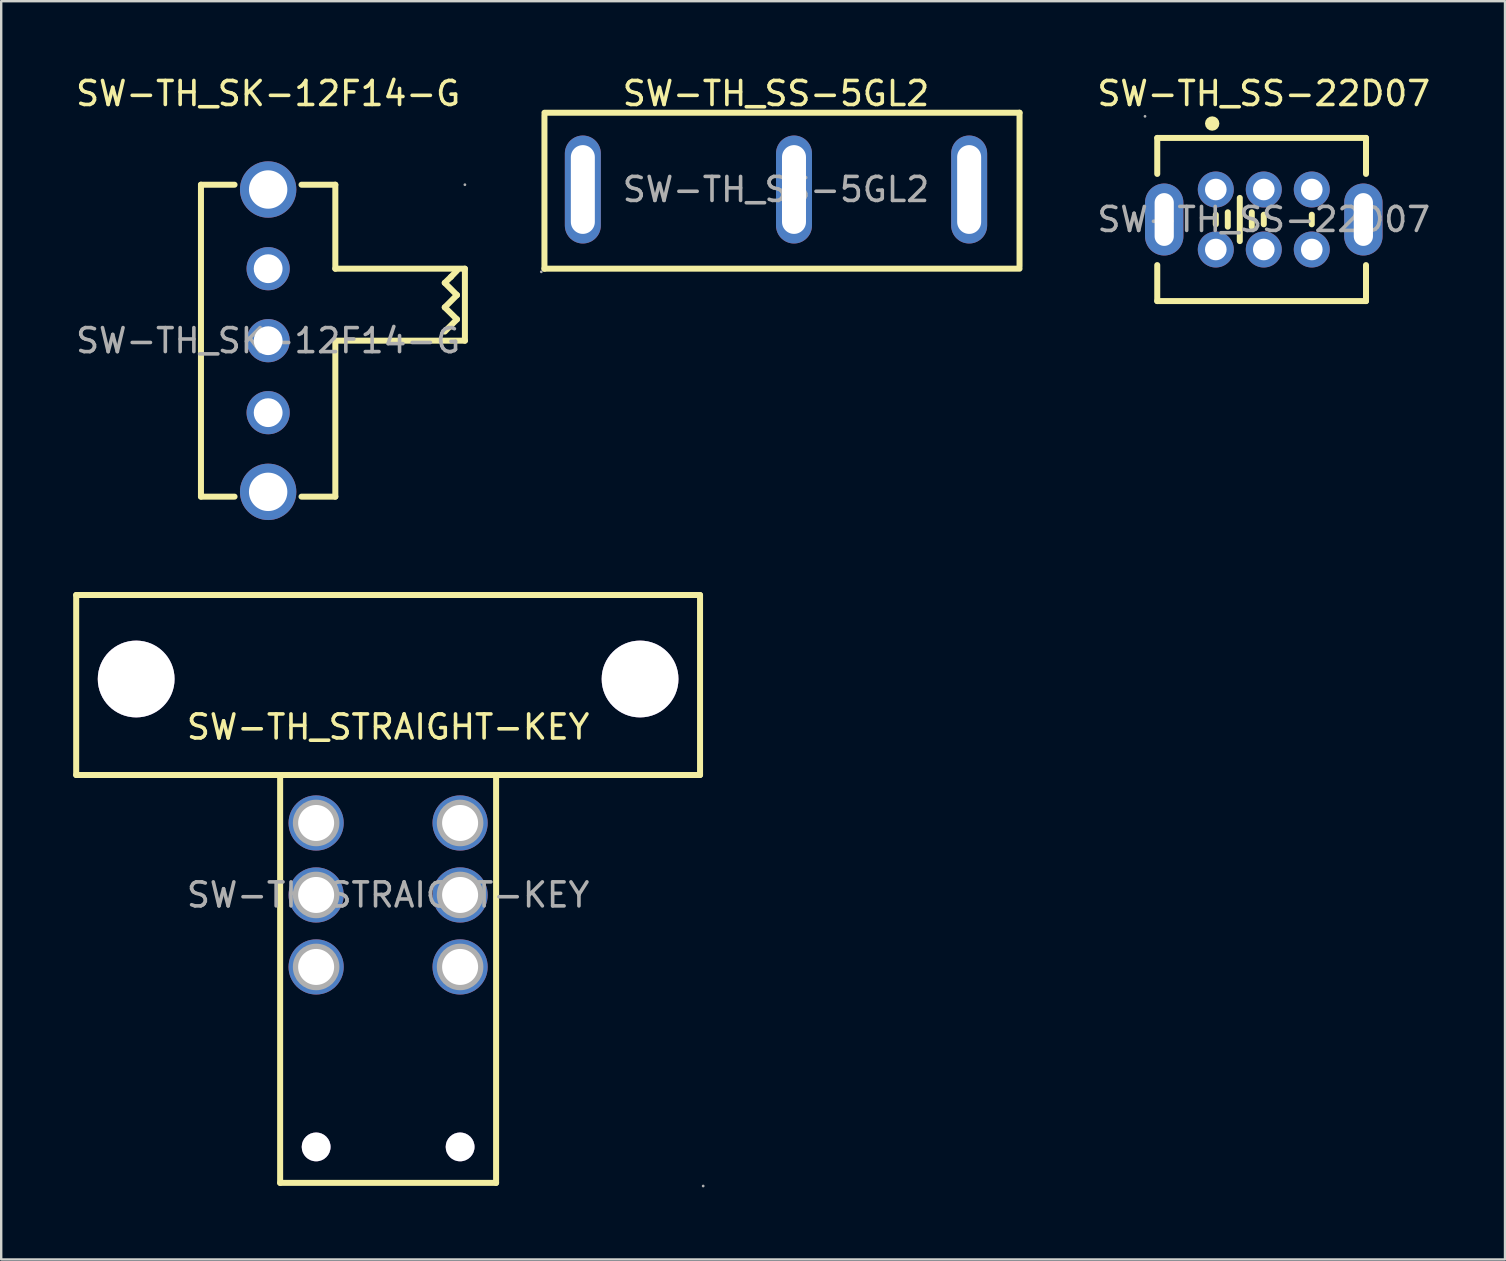
<source format=kicad_pcb>
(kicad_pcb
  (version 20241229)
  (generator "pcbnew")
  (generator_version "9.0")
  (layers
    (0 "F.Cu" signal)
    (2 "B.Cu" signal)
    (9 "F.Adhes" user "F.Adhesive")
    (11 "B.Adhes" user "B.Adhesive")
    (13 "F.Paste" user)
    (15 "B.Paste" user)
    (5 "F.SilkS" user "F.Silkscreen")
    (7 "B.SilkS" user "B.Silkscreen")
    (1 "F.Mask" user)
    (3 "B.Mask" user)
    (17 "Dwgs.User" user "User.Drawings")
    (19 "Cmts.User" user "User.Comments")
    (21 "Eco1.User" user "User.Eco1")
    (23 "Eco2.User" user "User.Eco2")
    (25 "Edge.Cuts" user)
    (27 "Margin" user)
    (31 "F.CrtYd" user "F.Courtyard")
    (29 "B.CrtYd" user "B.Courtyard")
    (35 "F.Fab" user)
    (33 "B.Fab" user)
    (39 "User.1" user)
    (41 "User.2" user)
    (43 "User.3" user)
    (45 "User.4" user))
  (footprint "SW-TH_SS-5GL2"
    (layer "F.Cu")
    (at 29.29 4.848)
    (property "Reference" "SW-TH_SS-5GL2" (at 0 -4 0) (layer "F.SilkS") (effects (font (size 1 1) (thickness 0.15))))
    (attr through_hole)
    (fp_line (start -9.65 3.3) (end -9.65 -3.1) (stroke (width 0.25) (type solid)) (layer "F.SilkS"))
    (fp_line (start -9.65 3.3) (end 10.15 3.3) (stroke (width 0.25) (type solid)) (layer "F.SilkS"))
    (fp_line (start 10.15 -3.2) (end -9.65 -3.2) (stroke (width 0.25) (type solid)) (layer "F.SilkS"))
    (fp_line (start 10.15 -3.2) (end 10.15 3.2) (stroke (width 0.25) (type solid)) (layer "F.SilkS"))
    (fp_circle (center -9.78 3.43) (end -9.75 3.43) (stroke (width 0.06) (type solid)) (fill no) (layer "F.Fab"))
    (fp_text user "${REFERENCE}" (at 0 0 0) (layer "F.Fab") (effects (font (size 1 1) (thickness 0.15))))
    (pad "1" thru_hole oval (at -8.05 0 90) (size 4.5 1.5) (drill oval 3.7 1) (layers "*.Cu" "*.Paste" "*.Mask"))
    (pad "2" thru_hole oval (at 0.75 0 90) (size 4.5 1.5) (drill oval 3.7 1) (layers "*.Cu" "*.Paste" "*.Mask"))
    (pad "3" thru_hole oval (at 8.05 0 90) (size 4.5 1.5) (drill oval 3.7 1) (layers "*.Cu" "*.Paste" "*.Mask")))
  (footprint "SW-TH_SS-22D07"
    (layer "F.Cu")
    (at 49.619 6.098)
    (property "Reference" "SW-TH_SS-22D07" (at 0 -5.25 0) (layer "F.SilkS") (effects (font (size 1 1) (thickness 0.15))))
    (attr through_hole)
    (fp_line (start -4.44 -1.9) (end -4.44 -3.4) (stroke (width 0.25) (type solid)) (layer "F.SilkS"))
    (fp_line (start -4.44 3.4) (end -4.44 1.9) (stroke (width 0.25) (type solid)) (layer "F.SilkS"))
    (fp_line (start -2 0.2) (end -2 -0.2) (stroke (width 0.25) (type solid)) (layer "F.SilkS"))
    (fp_line (start -1.5 0.3) (end -1.5 -0.3) (stroke (width 0.25) (type solid)) (layer "F.SilkS"))
    (fp_line (start -1 0.9) (end -1 -0.9) (stroke (width 0.25) (type solid)) (layer "F.SilkS"))
    (fp_line (start -0.5 0.3) (end -0.5 -0.3) (stroke (width 0.25) (type solid)) (layer "F.SilkS"))
    (fp_line (start 0 0.2) (end 0 -0.2) (stroke (width 0.25) (type solid)) (layer "F.SilkS"))
    (fp_line (start 2 0.2) (end 2 -0.2) (stroke (width 0.25) (type solid)) (layer "F.SilkS"))
    (fp_line (start 4.26 -3.4) (end -4.44 -3.4) (stroke (width 0.25) (type solid)) (layer "F.SilkS"))
    (fp_line (start 4.26 -1.9) (end 4.26 -3.4) (stroke (width 0.25) (type solid)) (layer "F.SilkS"))
    (fp_line (start 4.26 3.4) (end -4.44 3.4) (stroke (width 0.25) (type solid)) (layer "F.SilkS"))
    (fp_line (start 4.26 3.4) (end 4.26 1.9) (stroke (width 0.25) (type solid)) (layer "F.SilkS"))
    (fp_arc (start -2.15 -4) (mid -2.15 -4) (end -2.15 -4) (stroke (width 0.3) (type solid)) (layer "F.SilkS"))
    (fp_circle (center -4.95 -4.3) (end -4.92 -4.3) (stroke (width 0.06) (type solid)) (fill no) (layer "F.Fab"))
    (fp_circle (center -2 -1.25) (end -1.82 -1.25) (stroke (width 0.35) (type solid)) (fill no) (layer "F.Fab"))
    (fp_circle (center -2 1.25) (end -1.82 1.25) (stroke (width 0.35) (type solid)) (fill no) (layer "F.Fab"))
    (fp_circle (center 0 -1.25) (end 0.18 -1.25) (stroke (width 0.35) (type solid)) (fill no) (layer "F.Fab"))
    (fp_circle (center 0 1.25) (end 0.18 1.25) (stroke (width 0.35) (type solid)) (fill no) (layer "F.Fab"))
    (fp_circle (center 2 -1.25) (end 2.18 -1.25) (stroke (width 0.35) (type solid)) (fill no) (layer "F.Fab"))
    (fp_circle (center 2 1.25) (end 2.18 1.25) (stroke (width 0.35) (type solid)) (fill no) (layer "F.Fab"))
    (fp_text user "${REFERENCE}" (at 0 0 0) (layer "F.Fab") (effects (font (size 1 1) (thickness 0.15))))
    (pad "1" thru_hole circle (at -2 -1.25) (size 1.5 1.5) (drill 0.9) (layers "*.Cu" "*.Paste" "*.Mask"))
    (pad "2" thru_hole circle (at 0 -1.25) (size 1.5 1.5) (drill 0.9) (layers "*.Cu" "*.Paste" "*.Mask"))
    (pad "3" thru_hole circle (at 2 -1.25) (size 1.5 1.5) (drill 0.9) (layers "*.Cu" "*.Paste" "*.Mask"))
    (pad "4" thru_hole circle (at -2 1.25) (size 1.5 1.5) (drill 0.9) (layers "*.Cu" "*.Paste" "*.Mask"))
    (pad "5" thru_hole circle (at 0 1.25) (size 1.5 1.5) (drill 0.9) (layers "*.Cu" "*.Paste" "*.Mask"))
    (pad "6" thru_hole circle (at 2 1.25) (size 1.5 1.5) (drill 0.9) (layers "*.Cu" "*.Paste" "*.Mask"))
    (pad "7" thru_hole oval (at 4.15 0 90) (size 3 1.6) (drill oval 2.2 0.8) (layers "*.Cu" "*.Paste" "*.Mask"))
    (pad "8" thru_hole oval (at -4.15 0 90) (size 3 1.6) (drill oval 2.2 0.8) (layers "*.Cu" "*.Paste" "*.Mask")))
  (footprint "SW-TH_STRAIGHT-KEY"
    (layer "F.Cu")
    (at 13.125 34.248)
    (property "Reference" "SW-TH_STRAIGHT-KEY" (at 0 -7 0) (layer "F.SilkS") (effects (font (size 1 1) (thickness 0.15))))
    (attr through_hole)
    (fp_line (start -13 -12.5) (end 13 -12.5) (stroke (width 0.25) (type solid)) (layer "F.SilkS"))
    (fp_line (start -13 -5) (end -13 -12.5) (stroke (width 0.25) (type solid)) (layer "F.SilkS"))
    (fp_line (start -13 -5) (end 13 -5) (stroke (width 0.25) (type solid)) (layer "F.SilkS"))
    (fp_line (start -4.5 12) (end -4.5 -5) (stroke (width 0.25) (type solid)) (layer "F.SilkS"))
    (fp_line (start 4.5 -5) (end 4.5 12) (stroke (width 0.25) (type solid)) (layer "F.SilkS"))
    (fp_line (start 4.5 12) (end -4.5 12) (stroke (width 0.25) (type solid)) (layer "F.SilkS"))
    (fp_line (start 13 -12.5) (end 13 -5) (stroke (width 0.25) (type solid)) (layer "F.SilkS"))
    (fp_circle (center -10.5 -9) (end -9.75 -9) (stroke (width 1.5) (type solid)) (fill no) (layer "F.Fab"))
    (fp_circle (center -3 -3) (end -2.68 -3) (stroke (width 0.65) (type solid)) (fill no) (layer "F.Fab"))
    (fp_circle (center -3 0) (end -2.68 0) (stroke (width 0.65) (type solid)) (fill no) (layer "F.Fab"))
    (fp_circle (center -3 3) (end -2.68 3) (stroke (width 0.65) (type solid)) (fill no) (layer "F.Fab"))
    (fp_circle (center -3 10.5) (end -2.75 10.5) (stroke (width 0.5) (type solid)) (fill no) (layer "F.Fab"))
    (fp_circle (center 3 -3) (end 3.32 -3) (stroke (width 0.65) (type solid)) (fill no) (layer "F.Fab"))
    (fp_circle (center 3 0) (end 3.32 0) (stroke (width 0.65) (type solid)) (fill no) (layer "F.Fab"))
    (fp_circle (center 3 3) (end 3.32 3) (stroke (width 0.65) (type solid)) (fill no) (layer "F.Fab"))
    (fp_circle (center 3 10.5) (end 3.25 10.5) (stroke (width 0.5) (type solid)) (fill no) (layer "F.Fab"))
    (fp_circle (center 10.5 -9) (end 11.25 -9) (stroke (width 1.5) (type solid)) (fill no) (layer "F.Fab"))
    (fp_circle (center 13.13 12.13) (end 13.16 12.13) (stroke (width 0.06) (type solid)) (fill no) (layer "F.Fab"))
    (fp_text user "${REFERENCE}" (at 0 0 0) (layer "F.Fab") (effects (font (size 1 1) (thickness 0.15))))
    (pad "" thru_hole circle (at -10.5 -9) (size 3.2 3.2) (drill 3.2) (layers "*.Cu" "*.Mask"))
    (pad "" thru_hole circle (at -3 10.5) (size 1.2 1.2) (drill 1.2) (layers "*.Cu" "*.Mask"))
    (pad "" thru_hole circle (at 3 10.5) (size 1.2 1.2) (drill 1.2) (layers "*.Cu" "*.Mask"))
    (pad "" thru_hole circle (at 10.5 -9) (size 3.2 3.2) (drill 3.2) (layers "*.Cu" "*.Mask"))
    (pad "1" thru_hole circle (at 3 3) (size 2.3 2.3) (drill 1.5) (layers "*.Cu" "*.Paste" "*.Mask"))
    (pad "2" thru_hole circle (at 3 0) (size 2.3 2.3) (drill 1.5) (layers "*.Cu" "*.Paste" "*.Mask"))
    (pad "3" thru_hole circle (at 3 -3) (size 2.3 2.3) (drill 1.5) (layers "*.Cu" "*.Paste" "*.Mask"))
    (pad "4" thru_hole circle (at -3 -3) (size 2.3 2.3) (drill 1.5) (layers "*.Cu" "*.Paste" "*.Mask"))
    (pad "5" thru_hole circle (at -3 0) (size 2.3 2.3) (drill 1.5) (layers "*.Cu" "*.Paste" "*.Mask"))
    (pad "6" thru_hole circle (at -3 3) (size 2.3 2.3) (drill 1.5) (layers "*.Cu" "*.Paste" "*.Mask")))
  (footprint "SW-TH_SK-12F14-G"
    (layer "F.Cu")
    (at 8.125 11.148)
    (property "Reference" "SW-TH_SK-12F14-G" (at 0 -10.3 0) (layer "F.SilkS") (effects (font (size 1 1) (thickness 0.15))))
    (attr through_hole)
    (fp_line (start -2.8 -6.5) (end -1.4 -6.5) (stroke (width 0.25) (type solid)) (layer "F.SilkS"))
    (fp_line (start -2.8 6.5) (end -2.8 -6.5) (stroke (width 0.25) (type solid)) (layer "F.SilkS"))
    (fp_line (start -1.4 6.5) (end -2.8 6.5) (stroke (width 0.25) (type solid)) (layer "F.SilkS"))
    (fp_line (start 1.39 -6.5) (end 2.8 -6.5) (stroke (width 0.25) (type solid)) (layer "F.SilkS"))
    (fp_line (start 2.8 -6.5) (end 2.8 -3) (stroke (width 0.25) (type solid)) (layer "F.SilkS"))
    (fp_line (start 2.8 -3) (end 8.2 -3) (stroke (width 0.25) (type solid)) (layer "F.SilkS"))
    (fp_line (start 2.8 0) (end 2.8 6.5) (stroke (width 0.25) (type solid)) (layer "F.SilkS"))
    (fp_line (start 2.8 6.5) (end 1.39 6.5) (stroke (width 0.25) (type solid)) (layer "F.SilkS"))
    (fp_line (start 7.36 -2.41) (end 7.87 -1.9) (stroke (width 0.25) (type solid)) (layer "F.SilkS"))
    (fp_line (start 7.36 -1.39) (end 7.87 -0.89) (stroke (width 0.25) (type solid)) (layer "F.SilkS"))
    (fp_line (start 7.62 -2.66) (end 7.36 -2.41) (stroke (width 0.25) (type solid)) (layer "F.SilkS"))
    (fp_line (start 7.87 -2.92) (end 7.62 -2.66) (stroke (width 0.25) (type solid)) (layer "F.SilkS"))
    (fp_line (start 7.87 -1.9) (end 7.36 -1.39) (stroke (width 0.25) (type solid)) (layer "F.SilkS"))
    (fp_line (start 7.87 -0.89) (end 7.36 -0.38) (stroke (width 0.25) (type solid)) (layer "F.SilkS"))
    (fp_line (start 8.2 -3) (end 8.2 0) (stroke (width 0.25) (type solid)) (layer "F.SilkS"))
    (fp_line (start 8.2 0) (end 2.8 0) (stroke (width 0.25) (type solid)) (layer "F.SilkS"))
    (fp_circle (center 8.2 -6.5) (end 8.23 -6.5) (stroke (width 0.06) (type solid)) (fill no) (layer "F.Fab"))
    (fp_text user "${REFERENCE}" (at 0 0 0) (layer "F.Fab") (effects (font (size 1 1) (thickness 0.15))))
    (pad "1" thru_hole circle (at 0 0) (size 1.8 1.8) (drill 1.2) (layers "*.Cu" "*.Paste" "*.Mask"))
    (pad "2" thru_hole circle (at 0 3) (size 1.8 1.8) (drill 1.2) (layers "*.Cu" "*.Paste" "*.Mask"))
    (pad "3" thru_hole circle (at 0 -3) (size 1.8 1.8) (drill 1.2) (layers "*.Cu" "*.Paste" "*.Mask"))
    (pad "4" thru_hole circle (at 0 6.3) (size 2.35 2.35) (drill 1.6) (layers "*.Cu" "*.Paste" "*.Mask"))
    (pad "5" thru_hole circle (at 0 -6.3) (size 2.35 2.35) (drill 1.6) (layers "*.Cu" "*.Paste" "*.Mask")))
  (gr_rect
    (start -3 -3)
    (end 59.672 49.438)
    (stroke (width 0.1) (type default))
    (fill no)
    (layer "Edge.Cuts")))
</source>
